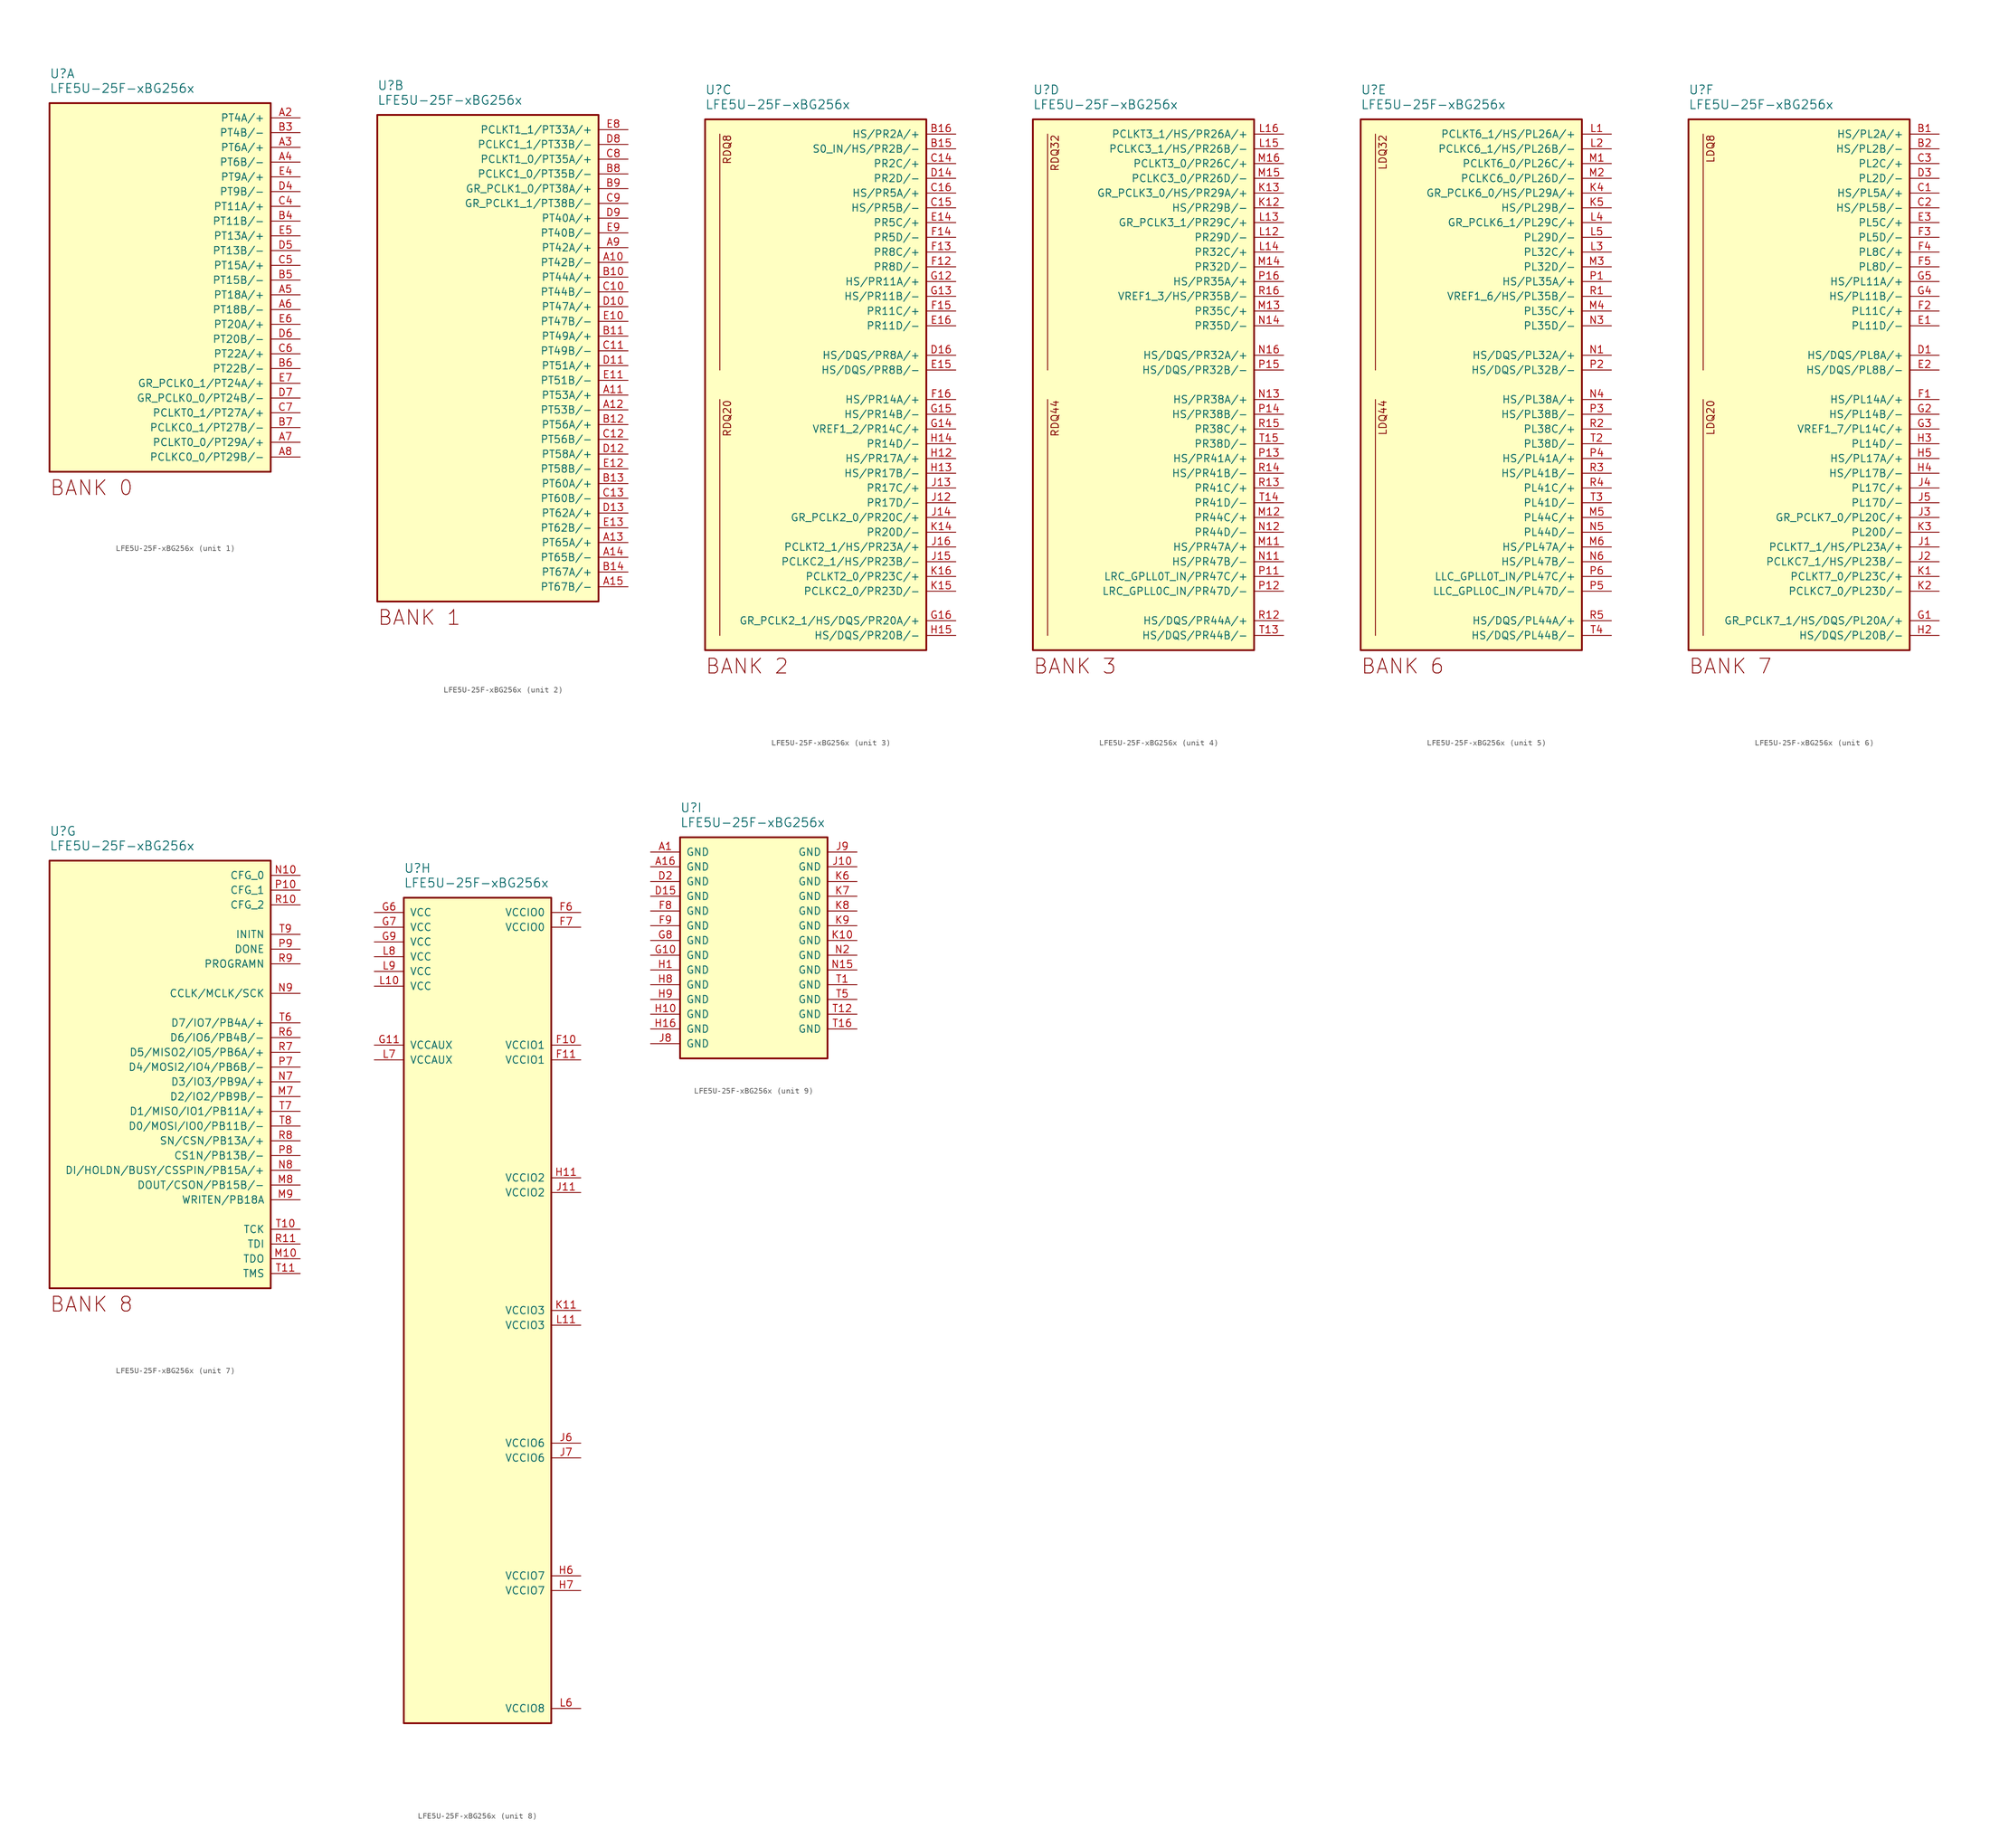
<source format=kicad_sym>
(kicad_symbol_lib
  (version 20231120)
  (generator "kicad_symbol_editor")
  (generator_version "8.0")
  (symbol "LFE5U-25F-xBG256x"
    (pin_names
      (offset 1.016))
    (property "Reference" "U"
      (at 0 5.08 0)
      (effects (font (size 1.524 1.524)) (justify left)))
    (property "Value" "LFE5U-25F-xBG256x"
      (at 0 2.54 0)
      (effects (font (size 1.524 1.524)) (justify left)))
    (property "ki_locked" ""
      (at 0 0 0)
      (effects (font (size 1.27 1.27))))
    (symbol "LFE5U-25F-xBG256x_1_1"
      (rectangle (start 38.1 0) (end 0 -63.5) (stroke (width 0.305) (type solid)) (fill (type background)))
      (text "BANK 0" (at 0 -64.77 0) (effects (font (size 2.54 2.54)) (justify left top)))
      (pin bidirectional line (at 43.18 -2.54 180) (length 5.08) (name "PT4A/+" (effects (font (size 1.27 1.27)))) (number "A2" (effects (font (size 1.27 1.27)))))
      (pin bidirectional line (at 43.18 -7.62 180) (length 5.08) (name "PT6A/+" (effects (font (size 1.27 1.27)))) (number "A3" (effects (font (size 1.27 1.27)))))
      (pin bidirectional line (at 43.18 -10.16 180) (length 5.08) (name "PT6B/-" (effects (font (size 1.27 1.27)))) (number "A4" (effects (font (size 1.27 1.27)))))
      (pin bidirectional line (at 43.18 -33.02 180) (length 5.08) (name "PT18A/+" (effects (font (size 1.27 1.27)))) (number "A5" (effects (font (size 1.27 1.27)))))
      (pin bidirectional line (at 43.18 -35.56 180) (length 5.08) (name "PT18B/-" (effects (font (size 1.27 1.27)))) (number "A6" (effects (font (size 1.27 1.27)))))
      (pin bidirectional line (at 43.18 -58.42 180) (length 5.08) (name "PCLKT0_0/PT29A/+" (effects (font (size 1.27 1.27)))) (number "A7" (effects (font (size 1.27 1.27)))))
      (pin bidirectional line (at 43.18 -60.96 180) (length 5.08) (name "PCLKC0_0/PT29B/-" (effects (font (size 1.27 1.27)))) (number "A8" (effects (font (size 1.27 1.27)))))
      (pin bidirectional line (at 43.18 -5.08 180) (length 5.08) (name "PT4B/-" (effects (font (size 1.27 1.27)))) (number "B3" (effects (font (size 1.27 1.27)))))
      (pin bidirectional line (at 43.18 -20.32 180) (length 5.08) (name "PT11B/-" (effects (font (size 1.27 1.27)))) (number "B4" (effects (font (size 1.27 1.27)))))
      (pin bidirectional line (at 43.18 -30.48 180) (length 5.08) (name "PT15B/-" (effects (font (size 1.27 1.27)))) (number "B5" (effects (font (size 1.27 1.27)))))
      (pin bidirectional line (at 43.18 -45.72 180) (length 5.08) (name "PT22B/-" (effects (font (size 1.27 1.27)))) (number "B6" (effects (font (size 1.27 1.27)))))
      (pin bidirectional line (at 43.18 -55.88 180) (length 5.08) (name "PCLKC0_1/PT27B/-" (effects (font (size 1.27 1.27)))) (number "B7" (effects (font (size 1.27 1.27)))))
      (pin bidirectional line (at 43.18 -17.78 180) (length 5.08) (name "PT11A/+" (effects (font (size 1.27 1.27)))) (number "C4" (effects (font (size 1.27 1.27)))))
      (pin bidirectional line (at 43.18 -27.94 180) (length 5.08) (name "PT15A/+" (effects (font (size 1.27 1.27)))) (number "C5" (effects (font (size 1.27 1.27)))))
      (pin bidirectional line (at 43.18 -43.18 180) (length 5.08) (name "PT22A/+" (effects (font (size 1.27 1.27)))) (number "C6" (effects (font (size 1.27 1.27)))))
      (pin bidirectional line (at 43.18 -53.34 180) (length 5.08) (name "PCLKT0_1/PT27A/+" (effects (font (size 1.27 1.27)))) (number "C7" (effects (font (size 1.27 1.27)))))
      (pin bidirectional line (at 43.18 -15.24 180) (length 5.08) (name "PT9B/-" (effects (font (size 1.27 1.27)))) (number "D4" (effects (font (size 1.27 1.27)))))
      (pin bidirectional line (at 43.18 -25.4 180) (length 5.08) (name "PT13B/-" (effects (font (size 1.27 1.27)))) (number "D5" (effects (font (size 1.27 1.27)))))
      (pin bidirectional line (at 43.18 -40.64 180) (length 5.08) (name "PT20B/-" (effects (font (size 1.27 1.27)))) (number "D6" (effects (font (size 1.27 1.27)))))
      (pin bidirectional line (at 43.18 -50.8 180) (length 5.08) (name "GR_PCLK0_0/PT24B/-" (effects (font (size 1.27 1.27)))) (number "D7" (effects (font (size 1.27 1.27)))))
      (pin bidirectional line (at 43.18 -12.7 180) (length 5.08) (name "PT9A/+" (effects (font (size 1.27 1.27)))) (number "E4" (effects (font (size 1.27 1.27)))))
      (pin bidirectional line (at 43.18 -22.86 180) (length 5.08) (name "PT13A/+" (effects (font (size 1.27 1.27)))) (number "E5" (effects (font (size 1.27 1.27)))))
      (pin bidirectional line (at 43.18 -38.1 180) (length 5.08) (name "PT20A/+" (effects (font (size 1.27 1.27)))) (number "E6" (effects (font (size 1.27 1.27)))))
      (pin bidirectional line (at 43.18 -48.26 180) (length 5.08) (name "GR_PCLK0_1/PT24A/+" (effects (font (size 1.27 1.27)))) (number "E7" (effects (font (size 1.27 1.27))))))
    (symbol "LFE5U-25F-xBG256x_2_1"
      (rectangle (start 38.1 0) (end 0 -83.82) (stroke (width 0.305) (type solid)) (fill (type background)))
      (text "BANK 1" (at 0 -85.09 0) (effects (font (size 2.54 2.54)) (justify left top)))
      (pin bidirectional line (at 43.18 -25.4 180) (length 5.08) (name "PT42B/-" (effects (font (size 1.27 1.27)))) (number "A10" (effects (font (size 1.27 1.27)))))
      (pin bidirectional line (at 43.18 -48.26 180) (length 5.08) (name "PT53A/+" (effects (font (size 1.27 1.27)))) (number "A11" (effects (font (size 1.27 1.27)))))
      (pin bidirectional line (at 43.18 -50.8 180) (length 5.08) (name "PT53B/-" (effects (font (size 1.27 1.27)))) (number "A12" (effects (font (size 1.27 1.27)))))
      (pin bidirectional line (at 43.18 -73.66 180) (length 5.08) (name "PT65A/+" (effects (font (size 1.27 1.27)))) (number "A13" (effects (font (size 1.27 1.27)))))
      (pin bidirectional line (at 43.18 -76.2 180) (length 5.08) (name "PT65B/-" (effects (font (size 1.27 1.27)))) (number "A14" (effects (font (size 1.27 1.27)))))
      (pin bidirectional line (at 43.18 -81.28 180) (length 5.08) (name "PT67B/-" (effects (font (size 1.27 1.27)))) (number "A15" (effects (font (size 1.27 1.27)))))
      (pin bidirectional line (at 43.18 -22.86 180) (length 5.08) (name "PT42A/+" (effects (font (size 1.27 1.27)))) (number "A9" (effects (font (size 1.27 1.27)))))
      (pin bidirectional line (at 43.18 -27.94 180) (length 5.08) (name "PT44A/+" (effects (font (size 1.27 1.27)))) (number "B10" (effects (font (size 1.27 1.27)))))
      (pin bidirectional line (at 43.18 -38.1 180) (length 5.08) (name "PT49A/+" (effects (font (size 1.27 1.27)))) (number "B11" (effects (font (size 1.27 1.27)))))
      (pin bidirectional line (at 43.18 -53.34 180) (length 5.08) (name "PT56A/+" (effects (font (size 1.27 1.27)))) (number "B12" (effects (font (size 1.27 1.27)))))
      (pin bidirectional line (at 43.18 -63.5 180) (length 5.08) (name "PT60A/+" (effects (font (size 1.27 1.27)))) (number "B13" (effects (font (size 1.27 1.27)))))
      (pin bidirectional line (at 43.18 -78.74 180) (length 5.08) (name "PT67A/+" (effects (font (size 1.27 1.27)))) (number "B14" (effects (font (size 1.27 1.27)))))
      (pin bidirectional line (at 43.18 -10.16 180) (length 5.08) (name "PCLKC1_0/PT35B/-" (effects (font (size 1.27 1.27)))) (number "B8" (effects (font (size 1.27 1.27)))))
      (pin bidirectional line (at 43.18 -12.7 180) (length 5.08) (name "GR_PCLK1_0/PT38A/+" (effects (font (size 1.27 1.27)))) (number "B9" (effects (font (size 1.27 1.27)))))
      (pin bidirectional line (at 43.18 -30.48 180) (length 5.08) (name "PT44B/-" (effects (font (size 1.27 1.27)))) (number "C10" (effects (font (size 1.27 1.27)))))
      (pin bidirectional line (at 43.18 -40.64 180) (length 5.08) (name "PT49B/-" (effects (font (size 1.27 1.27)))) (number "C11" (effects (font (size 1.27 1.27)))))
      (pin bidirectional line (at 43.18 -55.88 180) (length 5.08) (name "PT56B/-" (effects (font (size 1.27 1.27)))) (number "C12" (effects (font (size 1.27 1.27)))))
      (pin bidirectional line (at 43.18 -66.04 180) (length 5.08) (name "PT60B/-" (effects (font (size 1.27 1.27)))) (number "C13" (effects (font (size 1.27 1.27)))))
      (pin bidirectional line (at 43.18 -7.62 180) (length 5.08) (name "PCLKT1_0/PT35A/+" (effects (font (size 1.27 1.27)))) (number "C8" (effects (font (size 1.27 1.27)))))
      (pin bidirectional line (at 43.18 -15.24 180) (length 5.08) (name "GR_PCLK1_1/PT38B/-" (effects (font (size 1.27 1.27)))) (number "C9" (effects (font (size 1.27 1.27)))))
      (pin bidirectional line (at 43.18 -33.02 180) (length 5.08) (name "PT47A/+" (effects (font (size 1.27 1.27)))) (number "D10" (effects (font (size 1.27 1.27)))))
      (pin bidirectional line (at 43.18 -43.18 180) (length 5.08) (name "PT51A/+" (effects (font (size 1.27 1.27)))) (number "D11" (effects (font (size 1.27 1.27)))))
      (pin bidirectional line (at 43.18 -58.42 180) (length 5.08) (name "PT58A/+" (effects (font (size 1.27 1.27)))) (number "D12" (effects (font (size 1.27 1.27)))))
      (pin bidirectional line (at 43.18 -68.58 180) (length 5.08) (name "PT62A/+" (effects (font (size 1.27 1.27)))) (number "D13" (effects (font (size 1.27 1.27)))))
      (pin bidirectional line (at 43.18 -5.08 180) (length 5.08) (name "PCLKC1_1/PT33B/-" (effects (font (size 1.27 1.27)))) (number "D8" (effects (font (size 1.27 1.27)))))
      (pin bidirectional line (at 43.18 -17.78 180) (length 5.08) (name "PT40A/+" (effects (font (size 1.27 1.27)))) (number "D9" (effects (font (size 1.27 1.27)))))
      (pin bidirectional line (at 43.18 -35.56 180) (length 5.08) (name "PT47B/-" (effects (font (size 1.27 1.27)))) (number "E10" (effects (font (size 1.27 1.27)))))
      (pin bidirectional line (at 43.18 -45.72 180) (length 5.08) (name "PT51B/-" (effects (font (size 1.27 1.27)))) (number "E11" (effects (font (size 1.27 1.27)))))
      (pin bidirectional line (at 43.18 -60.96 180) (length 5.08) (name "PT58B/-" (effects (font (size 1.27 1.27)))) (number "E12" (effects (font (size 1.27 1.27)))))
      (pin bidirectional line (at 43.18 -71.12 180) (length 5.08) (name "PT62B/-" (effects (font (size 1.27 1.27)))) (number "E13" (effects (font (size 1.27 1.27)))))
      (pin bidirectional line (at 43.18 -2.54 180) (length 5.08) (name "PCLKT1_1/PT33A/+" (effects (font (size 1.27 1.27)))) (number "E8" (effects (font (size 1.27 1.27)))))
      (pin bidirectional line (at 43.18 -20.32 180) (length 5.08) (name "PT40B/-" (effects (font (size 1.27 1.27)))) (number "E9" (effects (font (size 1.27 1.27))))))
    (symbol "LFE5U-25F-xBG256x_3_1"
      (polyline (pts (xy 2.54 -88.9) (xy 2.54 -48.26)) (stroke (width 0) (type solid)) (fill (type none)))
      (polyline (pts (xy 2.54 -2.54) (xy 2.54 -43.18)) (stroke (width 0) (type solid)) (fill (type none)))
      (rectangle (start 38.1 0) (end 0 -91.44) (stroke (width 0.305) (type solid)) (fill (type background)))
      (text "BANK 2" (at 0 -92.71 0) (effects (font (size 2.54 2.54)) (justify left top)))
      (text "RDQ20" (at 3.81 -48.26 900) (effects (font (size 1.27 1.27)) (justify right)))
      (text "RDQ8" (at 3.81 -2.54 900) (effects (font (size 1.27 1.27)) (justify right)))
      (pin bidirectional line (at 43.18 -5.08 180) (length 5.08) (name "S0_IN/HS/PR2B/-" (effects (font (size 1.27 1.27)))) (number "B15" (effects (font (size 1.27 1.27)))))
      (pin bidirectional line (at 43.18 -2.54 180) (length 5.08) (name "HS/PR2A/+" (effects (font (size 1.27 1.27)))) (number "B16" (effects (font (size 1.27 1.27)))))
      (pin bidirectional line (at 43.18 -7.62 180) (length 5.08) (name "PR2C/+" (effects (font (size 1.27 1.27)))) (number "C14" (effects (font (size 1.27 1.27)))))
      (pin bidirectional line (at 43.18 -15.24 180) (length 5.08) (name "HS/PR5B/-" (effects (font (size 1.27 1.27)))) (number "C15" (effects (font (size 1.27 1.27)))))
      (pin bidirectional line (at 43.18 -12.7 180) (length 5.08) (name "HS/PR5A/+" (effects (font (size 1.27 1.27)))) (number "C16" (effects (font (size 1.27 1.27)))))
      (pin bidirectional line (at 43.18 -10.16 180) (length 5.08) (name "PR2D/-" (effects (font (size 1.27 1.27)))) (number "D14" (effects (font (size 1.27 1.27)))))
      (pin bidirectional line (at 43.18 -40.64 180) (length 5.08) (name "HS/DQS/PR8A/+" (effects (font (size 1.27 1.27)))) (number "D16" (effects (font (size 1.27 1.27)))))
      (pin bidirectional line (at 43.18 -17.78 180) (length 5.08) (name "PR5C/+" (effects (font (size 1.27 1.27)))) (number "E14" (effects (font (size 1.27 1.27)))))
      (pin bidirectional line (at 43.18 -43.18 180) (length 5.08) (name "HS/DQS/PR8B/-" (effects (font (size 1.27 1.27)))) (number "E15" (effects (font (size 1.27 1.27)))))
      (pin bidirectional line (at 43.18 -35.56 180) (length 5.08) (name "PR11D/-" (effects (font (size 1.27 1.27)))) (number "E16" (effects (font (size 1.27 1.27)))))
      (pin bidirectional line (at 43.18 -25.4 180) (length 5.08) (name "PR8D/-" (effects (font (size 1.27 1.27)))) (number "F12" (effects (font (size 1.27 1.27)))))
      (pin bidirectional line (at 43.18 -22.86 180) (length 5.08) (name "PR8C/+" (effects (font (size 1.27 1.27)))) (number "F13" (effects (font (size 1.27 1.27)))))
      (pin bidirectional line (at 43.18 -20.32 180) (length 5.08) (name "PR5D/-" (effects (font (size 1.27 1.27)))) (number "F14" (effects (font (size 1.27 1.27)))))
      (pin bidirectional line (at 43.18 -33.02 180) (length 5.08) (name "PR11C/+" (effects (font (size 1.27 1.27)))) (number "F15" (effects (font (size 1.27 1.27)))))
      (pin bidirectional line (at 43.18 -48.26 180) (length 5.08) (name "HS/PR14A/+" (effects (font (size 1.27 1.27)))) (number "F16" (effects (font (size 1.27 1.27)))))
      (pin bidirectional line (at 43.18 -27.94 180) (length 5.08) (name "HS/PR11A/+" (effects (font (size 1.27 1.27)))) (number "G12" (effects (font (size 1.27 1.27)))))
      (pin bidirectional line (at 43.18 -30.48 180) (length 5.08) (name "HS/PR11B/-" (effects (font (size 1.27 1.27)))) (number "G13" (effects (font (size 1.27 1.27)))))
      (pin bidirectional line (at 43.18 -53.34 180) (length 5.08) (name "VREF1_2/PR14C/+" (effects (font (size 1.27 1.27)))) (number "G14" (effects (font (size 1.27 1.27)))))
      (pin bidirectional line (at 43.18 -50.8 180) (length 5.08) (name "HS/PR14B/-" (effects (font (size 1.27 1.27)))) (number "G15" (effects (font (size 1.27 1.27)))))
      (pin bidirectional line (at 43.18 -86.36 180) (length 5.08) (name "GR_PCLK2_1/HS/DQS/PR20A/+" (effects (font (size 1.27 1.27)))) (number "G16" (effects (font (size 1.27 1.27)))))
      (pin bidirectional line (at 43.18 -58.42 180) (length 5.08) (name "HS/PR17A/+" (effects (font (size 1.27 1.27)))) (number "H12" (effects (font (size 1.27 1.27)))))
      (pin bidirectional line (at 43.18 -60.96 180) (length 5.08) (name "HS/PR17B/-" (effects (font (size 1.27 1.27)))) (number "H13" (effects (font (size 1.27 1.27)))))
      (pin bidirectional line (at 43.18 -55.88 180) (length 5.08) (name "PR14D/-" (effects (font (size 1.27 1.27)))) (number "H14" (effects (font (size 1.27 1.27)))))
      (pin bidirectional line (at 43.18 -88.9 180) (length 5.08) (name "HS/DQS/PR20B/-" (effects (font (size 1.27 1.27)))) (number "H15" (effects (font (size 1.27 1.27)))))
      (pin bidirectional line (at 43.18 -66.04 180) (length 5.08) (name "PR17D/-" (effects (font (size 1.27 1.27)))) (number "J12" (effects (font (size 1.27 1.27)))))
      (pin bidirectional line (at 43.18 -63.5 180) (length 5.08) (name "PR17C/+" (effects (font (size 1.27 1.27)))) (number "J13" (effects (font (size 1.27 1.27)))))
      (pin bidirectional line (at 43.18 -68.58 180) (length 5.08) (name "GR_PCLK2_0/PR20C/+" (effects (font (size 1.27 1.27)))) (number "J14" (effects (font (size 1.27 1.27)))))
      (pin bidirectional line (at 43.18 -76.2 180) (length 5.08) (name "PCLKC2_1/HS/PR23B/-" (effects (font (size 1.27 1.27)))) (number "J15" (effects (font (size 1.27 1.27)))))
      (pin bidirectional line (at 43.18 -73.66 180) (length 5.08) (name "PCLKT2_1/HS/PR23A/+" (effects (font (size 1.27 1.27)))) (number "J16" (effects (font (size 1.27 1.27)))))
      (pin bidirectional line (at 43.18 -71.12 180) (length 5.08) (name "PR20D/-" (effects (font (size 1.27 1.27)))) (number "K14" (effects (font (size 1.27 1.27)))))
      (pin bidirectional line (at 43.18 -81.28 180) (length 5.08) (name "PCLKC2_0/PR23D/-" (effects (font (size 1.27 1.27)))) (number "K15" (effects (font (size 1.27 1.27)))))
      (pin bidirectional line (at 43.18 -78.74 180) (length 5.08) (name "PCLKT2_0/PR23C/+" (effects (font (size 1.27 1.27)))) (number "K16" (effects (font (size 1.27 1.27))))))
    (symbol "LFE5U-25F-xBG256x_4_1"
      (polyline (pts (xy 2.54 -48.26) (xy 2.54 -88.9)) (stroke (width 0) (type solid)) (fill (type none)))
      (polyline (pts (xy 2.54 -2.54) (xy 2.54 -43.18)) (stroke (width 0) (type solid)) (fill (type none)))
      (rectangle (start 38.1 0) (end 0 -91.44) (stroke (width 0.305) (type solid)) (fill (type background)))
      (text "BANK 3" (at 0 -92.71 0) (effects (font (size 2.54 2.54)) (justify left top)))
      (text "RDQ32" (at 3.81 -2.54 900) (effects (font (size 1.27 1.27)) (justify right)))
      (text "RDQ44" (at 3.81 -48.26 900) (effects (font (size 1.27 1.27)) (justify right)))
      (pin bidirectional line (at 43.18 -15.24 180) (length 5.08) (name "HS/PR29B/-" (effects (font (size 1.27 1.27)))) (number "K12" (effects (font (size 1.27 1.27)))))
      (pin bidirectional line (at 43.18 -12.7 180) (length 5.08) (name "GR_PCLK3_0/HS/PR29A/+" (effects (font (size 1.27 1.27)))) (number "K13" (effects (font (size 1.27 1.27)))))
      (pin bidirectional line (at 43.18 -20.32 180) (length 5.08) (name "PR29D/-" (effects (font (size 1.27 1.27)))) (number "L12" (effects (font (size 1.27 1.27)))))
      (pin bidirectional line (at 43.18 -17.78 180) (length 5.08) (name "GR_PCLK3_1/PR29C/+" (effects (font (size 1.27 1.27)))) (number "L13" (effects (font (size 1.27 1.27)))))
      (pin bidirectional line (at 43.18 -22.86 180) (length 5.08) (name "PR32C/+" (effects (font (size 1.27 1.27)))) (number "L14" (effects (font (size 1.27 1.27)))))
      (pin bidirectional line (at 43.18 -5.08 180) (length 5.08) (name "PCLKC3_1/HS/PR26B/-" (effects (font (size 1.27 1.27)))) (number "L15" (effects (font (size 1.27 1.27)))))
      (pin bidirectional line (at 43.18 -2.54 180) (length 5.08) (name "PCLKT3_1/HS/PR26A/+" (effects (font (size 1.27 1.27)))) (number "L16" (effects (font (size 1.27 1.27)))))
      (pin bidirectional line (at 43.18 -73.66 180) (length 5.08) (name "HS/PR47A/+" (effects (font (size 1.27 1.27)))) (number "M11" (effects (font (size 1.27 1.27)))))
      (pin bidirectional line (at 43.18 -68.58 180) (length 5.08) (name "PR44C/+" (effects (font (size 1.27 1.27)))) (number "M12" (effects (font (size 1.27 1.27)))))
      (pin bidirectional line (at 43.18 -33.02 180) (length 5.08) (name "PR35C/+" (effects (font (size 1.27 1.27)))) (number "M13" (effects (font (size 1.27 1.27)))))
      (pin bidirectional line (at 43.18 -25.4 180) (length 5.08) (name "PR32D/-" (effects (font (size 1.27 1.27)))) (number "M14" (effects (font (size 1.27 1.27)))))
      (pin bidirectional line (at 43.18 -10.16 180) (length 5.08) (name "PCLKC3_0/PR26D/-" (effects (font (size 1.27 1.27)))) (number "M15" (effects (font (size 1.27 1.27)))))
      (pin bidirectional line (at 43.18 -7.62 180) (length 5.08) (name "PCLKT3_0/PR26C/+" (effects (font (size 1.27 1.27)))) (number "M16" (effects (font (size 1.27 1.27)))))
      (pin bidirectional line (at 43.18 -76.2 180) (length 5.08) (name "HS/PR47B/-" (effects (font (size 1.27 1.27)))) (number "N11" (effects (font (size 1.27 1.27)))))
      (pin bidirectional line (at 43.18 -71.12 180) (length 5.08) (name "PR44D/-" (effects (font (size 1.27 1.27)))) (number "N12" (effects (font (size 1.27 1.27)))))
      (pin bidirectional line (at 43.18 -48.26 180) (length 5.08) (name "HS/PR38A/+" (effects (font (size 1.27 1.27)))) (number "N13" (effects (font (size 1.27 1.27)))))
      (pin bidirectional line (at 43.18 -35.56 180) (length 5.08) (name "PR35D/-" (effects (font (size 1.27 1.27)))) (number "N14" (effects (font (size 1.27 1.27)))))
      (pin bidirectional line (at 43.18 -40.64 180) (length 5.08) (name "HS/DQS/PR32A/+" (effects (font (size 1.27 1.27)))) (number "N16" (effects (font (size 1.27 1.27)))))
      (pin bidirectional line (at 43.18 -78.74 180) (length 5.08) (name "LRC_GPLL0T_IN/PR47C/+" (effects (font (size 1.27 1.27)))) (number "P11" (effects (font (size 1.27 1.27)))))
      (pin bidirectional line (at 43.18 -81.28 180) (length 5.08) (name "LRC_GPLL0C_IN/PR47D/-" (effects (font (size 1.27 1.27)))) (number "P12" (effects (font (size 1.27 1.27)))))
      (pin bidirectional line (at 43.18 -58.42 180) (length 5.08) (name "HS/PR41A/+" (effects (font (size 1.27 1.27)))) (number "P13" (effects (font (size 1.27 1.27)))))
      (pin bidirectional line (at 43.18 -50.8 180) (length 5.08) (name "HS/PR38B/-" (effects (font (size 1.27 1.27)))) (number "P14" (effects (font (size 1.27 1.27)))))
      (pin bidirectional line (at 43.18 -43.18 180) (length 5.08) (name "HS/DQS/PR32B/-" (effects (font (size 1.27 1.27)))) (number "P15" (effects (font (size 1.27 1.27)))))
      (pin bidirectional line (at 43.18 -27.94 180) (length 5.08) (name "HS/PR35A/+" (effects (font (size 1.27 1.27)))) (number "P16" (effects (font (size 1.27 1.27)))))
      (pin bidirectional line (at 43.18 -86.36 180) (length 5.08) (name "HS/DQS/PR44A/+" (effects (font (size 1.27 1.27)))) (number "R12" (effects (font (size 1.27 1.27)))))
      (pin bidirectional line (at 43.18 -63.5 180) (length 5.08) (name "PR41C/+" (effects (font (size 1.27 1.27)))) (number "R13" (effects (font (size 1.27 1.27)))))
      (pin bidirectional line (at 43.18 -60.96 180) (length 5.08) (name "HS/PR41B/-" (effects (font (size 1.27 1.27)))) (number "R14" (effects (font (size 1.27 1.27)))))
      (pin bidirectional line (at 43.18 -53.34 180) (length 5.08) (name "PR38C/+" (effects (font (size 1.27 1.27)))) (number "R15" (effects (font (size 1.27 1.27)))))
      (pin bidirectional line (at 43.18 -30.48 180) (length 5.08) (name "VREF1_3/HS/PR35B/-" (effects (font (size 1.27 1.27)))) (number "R16" (effects (font (size 1.27 1.27)))))
      (pin bidirectional line (at 43.18 -88.9 180) (length 5.08) (name "HS/DQS/PR44B/-" (effects (font (size 1.27 1.27)))) (number "T13" (effects (font (size 1.27 1.27)))))
      (pin bidirectional line (at 43.18 -66.04 180) (length 5.08) (name "PR41D/-" (effects (font (size 1.27 1.27)))) (number "T14" (effects (font (size 1.27 1.27)))))
      (pin bidirectional line (at 43.18 -55.88 180) (length 5.08) (name "PR38D/-" (effects (font (size 1.27 1.27)))) (number "T15" (effects (font (size 1.27 1.27))))))
    (symbol "LFE5U-25F-xBG256x_5_1"
      (polyline (pts (xy 2.54 -48.26) (xy 2.54 -88.9)) (stroke (width 0) (type solid)) (fill (type none)))
      (polyline (pts (xy 2.54 -2.54) (xy 2.54 -43.18)) (stroke (width 0) (type solid)) (fill (type none)))
      (rectangle (start 38.1 0) (end 0 -91.44) (stroke (width 0.305) (type solid)) (fill (type background)))
      (text "BANK 6" (at 0 -92.71 0) (effects (font (size 2.54 2.54)) (justify left top)))
      (text "LDQ32" (at 3.81 -2.54 900) (effects (font (size 1.27 1.27)) (justify right)))
      (text "LDQ44" (at 3.81 -48.26 900) (effects (font (size 1.27 1.27)) (justify right)))
      (pin bidirectional line (at 43.18 -12.7 180) (length 5.08) (name "GR_PCLK6_0/HS/PL29A/+" (effects (font (size 1.27 1.27)))) (number "K4" (effects (font (size 1.27 1.27)))))
      (pin bidirectional line (at 43.18 -15.24 180) (length 5.08) (name "HS/PL29B/-" (effects (font (size 1.27 1.27)))) (number "K5" (effects (font (size 1.27 1.27)))))
      (pin bidirectional line (at 43.18 -2.54 180) (length 5.08) (name "PCLKT6_1/HS/PL26A/+" (effects (font (size 1.27 1.27)))) (number "L1" (effects (font (size 1.27 1.27)))))
      (pin bidirectional line (at 43.18 -5.08 180) (length 5.08) (name "PCLKC6_1/HS/PL26B/-" (effects (font (size 1.27 1.27)))) (number "L2" (effects (font (size 1.27 1.27)))))
      (pin bidirectional line (at 43.18 -22.86 180) (length 5.08) (name "PL32C/+" (effects (font (size 1.27 1.27)))) (number "L3" (effects (font (size 1.27 1.27)))))
      (pin bidirectional line (at 43.18 -17.78 180) (length 5.08) (name "GR_PCLK6_1/PL29C/+" (effects (font (size 1.27 1.27)))) (number "L4" (effects (font (size 1.27 1.27)))))
      (pin bidirectional line (at 43.18 -20.32 180) (length 5.08) (name "PL29D/-" (effects (font (size 1.27 1.27)))) (number "L5" (effects (font (size 1.27 1.27)))))
      (pin bidirectional line (at 43.18 -7.62 180) (length 5.08) (name "PCLKT6_0/PL26C/+" (effects (font (size 1.27 1.27)))) (number "M1" (effects (font (size 1.27 1.27)))))
      (pin bidirectional line (at 43.18 -10.16 180) (length 5.08) (name "PCLKC6_0/PL26D/-" (effects (font (size 1.27 1.27)))) (number "M2" (effects (font (size 1.27 1.27)))))
      (pin bidirectional line (at 43.18 -25.4 180) (length 5.08) (name "PL32D/-" (effects (font (size 1.27 1.27)))) (number "M3" (effects (font (size 1.27 1.27)))))
      (pin bidirectional line (at 43.18 -33.02 180) (length 5.08) (name "PL35C/+" (effects (font (size 1.27 1.27)))) (number "M4" (effects (font (size 1.27 1.27)))))
      (pin bidirectional line (at 43.18 -68.58 180) (length 5.08) (name "PL44C/+" (effects (font (size 1.27 1.27)))) (number "M5" (effects (font (size 1.27 1.27)))))
      (pin bidirectional line (at 43.18 -73.66 180) (length 5.08) (name "HS/PL47A/+" (effects (font (size 1.27 1.27)))) (number "M6" (effects (font (size 1.27 1.27)))))
      (pin bidirectional line (at 43.18 -40.64 180) (length 5.08) (name "HS/DQS/PL32A/+" (effects (font (size 1.27 1.27)))) (number "N1" (effects (font (size 1.27 1.27)))))
      (pin bidirectional line (at 43.18 -35.56 180) (length 5.08) (name "PL35D/-" (effects (font (size 1.27 1.27)))) (number "N3" (effects (font (size 1.27 1.27)))))
      (pin bidirectional line (at 43.18 -48.26 180) (length 5.08) (name "HS/PL38A/+" (effects (font (size 1.27 1.27)))) (number "N4" (effects (font (size 1.27 1.27)))))
      (pin bidirectional line (at 43.18 -71.12 180) (length 5.08) (name "PL44D/-" (effects (font (size 1.27 1.27)))) (number "N5" (effects (font (size 1.27 1.27)))))
      (pin bidirectional line (at 43.18 -76.2 180) (length 5.08) (name "HS/PL47B/-" (effects (font (size 1.27 1.27)))) (number "N6" (effects (font (size 1.27 1.27)))))
      (pin bidirectional line (at 43.18 -27.94 180) (length 5.08) (name "HS/PL35A/+" (effects (font (size 1.27 1.27)))) (number "P1" (effects (font (size 1.27 1.27)))))
      (pin bidirectional line (at 43.18 -43.18 180) (length 5.08) (name "HS/DQS/PL32B/-" (effects (font (size 1.27 1.27)))) (number "P2" (effects (font (size 1.27 1.27)))))
      (pin bidirectional line (at 43.18 -50.8 180) (length 5.08) (name "HS/PL38B/-" (effects (font (size 1.27 1.27)))) (number "P3" (effects (font (size 1.27 1.27)))))
      (pin bidirectional line (at 43.18 -58.42 180) (length 5.08) (name "HS/PL41A/+" (effects (font (size 1.27 1.27)))) (number "P4" (effects (font (size 1.27 1.27)))))
      (pin bidirectional line (at 43.18 -81.28 180) (length 5.08) (name "LLC_GPLL0C_IN/PL47D/-" (effects (font (size 1.27 1.27)))) (number "P5" (effects (font (size 1.27 1.27)))))
      (pin bidirectional line (at 43.18 -78.74 180) (length 5.08) (name "LLC_GPLL0T_IN/PL47C/+" (effects (font (size 1.27 1.27)))) (number "P6" (effects (font (size 1.27 1.27)))))
      (pin bidirectional line (at 43.18 -30.48 180) (length 5.08) (name "VREF1_6/HS/PL35B/-" (effects (font (size 1.27 1.27)))) (number "R1" (effects (font (size 1.27 1.27)))))
      (pin bidirectional line (at 43.18 -53.34 180) (length 5.08) (name "PL38C/+" (effects (font (size 1.27 1.27)))) (number "R2" (effects (font (size 1.27 1.27)))))
      (pin bidirectional line (at 43.18 -60.96 180) (length 5.08) (name "HS/PL41B/-" (effects (font (size 1.27 1.27)))) (number "R3" (effects (font (size 1.27 1.27)))))
      (pin bidirectional line (at 43.18 -63.5 180) (length 5.08) (name "PL41C/+" (effects (font (size 1.27 1.27)))) (number "R4" (effects (font (size 1.27 1.27)))))
      (pin bidirectional line (at 43.18 -86.36 180) (length 5.08) (name "HS/DQS/PL44A/+" (effects (font (size 1.27 1.27)))) (number "R5" (effects (font (size 1.27 1.27)))))
      (pin bidirectional line (at 43.18 -55.88 180) (length 5.08) (name "PL38D/-" (effects (font (size 1.27 1.27)))) (number "T2" (effects (font (size 1.27 1.27)))))
      (pin bidirectional line (at 43.18 -66.04 180) (length 5.08) (name "PL41D/-" (effects (font (size 1.27 1.27)))) (number "T3" (effects (font (size 1.27 1.27)))))
      (pin bidirectional line (at 43.18 -88.9 180) (length 5.08) (name "HS/DQS/PL44B/-" (effects (font (size 1.27 1.27)))) (number "T4" (effects (font (size 1.27 1.27))))))
    (symbol "LFE5U-25F-xBG256x_6_1"
      (polyline (pts (xy 2.54 -48.26) (xy 2.54 -88.9)) (stroke (width 0) (type solid)) (fill (type none)))
      (polyline (pts (xy 2.54 -2.54) (xy 2.54 -43.18)) (stroke (width 0) (type solid)) (fill (type none)))
      (rectangle (start 38.1 0) (end 0 -91.44) (stroke (width 0.305) (type solid)) (fill (type background)))
      (text "BANK 7" (at 0 -92.71 0) (effects (font (size 2.54 2.54)) (justify left top)))
      (text "LDQ20" (at 3.81 -48.26 900) (effects (font (size 1.27 1.27)) (justify right)))
      (text "LDQ8" (at 3.81 -2.54 900) (effects (font (size 1.27 1.27)) (justify right)))
      (pin bidirectional line (at 43.18 -2.54 180) (length 5.08) (name "HS/PL2A/+" (effects (font (size 1.27 1.27)))) (number "B1" (effects (font (size 1.27 1.27)))))
      (pin bidirectional line (at 43.18 -5.08 180) (length 5.08) (name "HS/PL2B/-" (effects (font (size 1.27 1.27)))) (number "B2" (effects (font (size 1.27 1.27)))))
      (pin bidirectional line (at 43.18 -12.7 180) (length 5.08) (name "HS/PL5A/+" (effects (font (size 1.27 1.27)))) (number "C1" (effects (font (size 1.27 1.27)))))
      (pin bidirectional line (at 43.18 -15.24 180) (length 5.08) (name "HS/PL5B/-" (effects (font (size 1.27 1.27)))) (number "C2" (effects (font (size 1.27 1.27)))))
      (pin bidirectional line (at 43.18 -7.62 180) (length 5.08) (name "PL2C/+" (effects (font (size 1.27 1.27)))) (number "C3" (effects (font (size 1.27 1.27)))))
      (pin bidirectional line (at 43.18 -40.64 180) (length 5.08) (name "HS/DQS/PL8A/+" (effects (font (size 1.27 1.27)))) (number "D1" (effects (font (size 1.27 1.27)))))
      (pin bidirectional line (at 43.18 -10.16 180) (length 5.08) (name "PL2D/-" (effects (font (size 1.27 1.27)))) (number "D3" (effects (font (size 1.27 1.27)))))
      (pin bidirectional line (at 43.18 -35.56 180) (length 5.08) (name "PL11D/-" (effects (font (size 1.27 1.27)))) (number "E1" (effects (font (size 1.27 1.27)))))
      (pin bidirectional line (at 43.18 -43.18 180) (length 5.08) (name "HS/DQS/PL8B/-" (effects (font (size 1.27 1.27)))) (number "E2" (effects (font (size 1.27 1.27)))))
      (pin bidirectional line (at 43.18 -17.78 180) (length 5.08) (name "PL5C/+" (effects (font (size 1.27 1.27)))) (number "E3" (effects (font (size 1.27 1.27)))))
      (pin bidirectional line (at 43.18 -48.26 180) (length 5.08) (name "HS/PL14A/+" (effects (font (size 1.27 1.27)))) (number "F1" (effects (font (size 1.27 1.27)))))
      (pin bidirectional line (at 43.18 -33.02 180) (length 5.08) (name "PL11C/+" (effects (font (size 1.27 1.27)))) (number "F2" (effects (font (size 1.27 1.27)))))
      (pin bidirectional line (at 43.18 -20.32 180) (length 5.08) (name "PL5D/-" (effects (font (size 1.27 1.27)))) (number "F3" (effects (font (size 1.27 1.27)))))
      (pin bidirectional line (at 43.18 -22.86 180) (length 5.08) (name "PL8C/+" (effects (font (size 1.27 1.27)))) (number "F4" (effects (font (size 1.27 1.27)))))
      (pin bidirectional line (at 43.18 -25.4 180) (length 5.08) (name "PL8D/-" (effects (font (size 1.27 1.27)))) (number "F5" (effects (font (size 1.27 1.27)))))
      (pin bidirectional line (at 43.18 -86.36 180) (length 5.08) (name "GR_PCLK7_1/HS/DQS/PL20A/+" (effects (font (size 1.27 1.27)))) (number "G1" (effects (font (size 1.27 1.27)))))
      (pin bidirectional line (at 43.18 -50.8 180) (length 5.08) (name "HS/PL14B/-" (effects (font (size 1.27 1.27)))) (number "G2" (effects (font (size 1.27 1.27)))))
      (pin bidirectional line (at 43.18 -53.34 180) (length 5.08) (name "VREF1_7/PL14C/+" (effects (font (size 1.27 1.27)))) (number "G3" (effects (font (size 1.27 1.27)))))
      (pin bidirectional line (at 43.18 -30.48 180) (length 5.08) (name "HS/PL11B/-" (effects (font (size 1.27 1.27)))) (number "G4" (effects (font (size 1.27 1.27)))))
      (pin bidirectional line (at 43.18 -27.94 180) (length 5.08) (name "HS/PL11A/+" (effects (font (size 1.27 1.27)))) (number "G5" (effects (font (size 1.27 1.27)))))
      (pin bidirectional line (at 43.18 -88.9 180) (length 5.08) (name "HS/DQS/PL20B/-" (effects (font (size 1.27 1.27)))) (number "H2" (effects (font (size 1.27 1.27)))))
      (pin bidirectional line (at 43.18 -55.88 180) (length 5.08) (name "PL14D/-" (effects (font (size 1.27 1.27)))) (number "H3" (effects (font (size 1.27 1.27)))))
      (pin bidirectional line (at 43.18 -60.96 180) (length 5.08) (name "HS/PL17B/-" (effects (font (size 1.27 1.27)))) (number "H4" (effects (font (size 1.27 1.27)))))
      (pin bidirectional line (at 43.18 -58.42 180) (length 5.08) (name "HS/PL17A/+" (effects (font (size 1.27 1.27)))) (number "H5" (effects (font (size 1.27 1.27)))))
      (pin bidirectional line (at 43.18 -73.66 180) (length 5.08) (name "PCLKT7_1/HS/PL23A/+" (effects (font (size 1.27 1.27)))) (number "J1" (effects (font (size 1.27 1.27)))))
      (pin bidirectional line (at 43.18 -76.2 180) (length 5.08) (name "PCLKC7_1/HS/PL23B/-" (effects (font (size 1.27 1.27)))) (number "J2" (effects (font (size 1.27 1.27)))))
      (pin bidirectional line (at 43.18 -68.58 180) (length 5.08) (name "GR_PCLK7_0/PL20C/+" (effects (font (size 1.27 1.27)))) (number "J3" (effects (font (size 1.27 1.27)))))
      (pin bidirectional line (at 43.18 -63.5 180) (length 5.08) (name "PL17C/+" (effects (font (size 1.27 1.27)))) (number "J4" (effects (font (size 1.27 1.27)))))
      (pin bidirectional line (at 43.18 -66.04 180) (length 5.08) (name "PL17D/-" (effects (font (size 1.27 1.27)))) (number "J5" (effects (font (size 1.27 1.27)))))
      (pin bidirectional line (at 43.18 -78.74 180) (length 5.08) (name "PCLKT7_0/PL23C/+" (effects (font (size 1.27 1.27)))) (number "K1" (effects (font (size 1.27 1.27)))))
      (pin bidirectional line (at 43.18 -81.28 180) (length 5.08) (name "PCLKC7_0/PL23D/-" (effects (font (size 1.27 1.27)))) (number "K2" (effects (font (size 1.27 1.27)))))
      (pin bidirectional line (at 43.18 -71.12 180) (length 5.08) (name "PL20D/-" (effects (font (size 1.27 1.27)))) (number "K3" (effects (font (size 1.27 1.27))))))
    (symbol "LFE5U-25F-xBG256x_7_1"
      (rectangle (start 38.1 0) (end 0 -73.66) (stroke (width 0.305) (type solid)) (fill (type background)))
      (text "BANK 8" (at 0 -74.93 0) (effects (font (size 2.54 2.54)) (justify left top)))
      (pin bidirectional line (at 43.18 -68.58 180) (length 5.08) (name "TDO" (effects (font (size 1.27 1.27)))) (number "M10" (effects (font (size 1.27 1.27)))))
      (pin bidirectional line (at 43.18 -40.64 180) (length 5.08) (name "D2/IO2/PB9B/-" (effects (font (size 1.27 1.27)))) (number "M7" (effects (font (size 1.27 1.27)))))
      (pin bidirectional line (at 43.18 -55.88 180) (length 5.08) (name "DOUT/CSON/PB15B/-" (effects (font (size 1.27 1.27)))) (number "M8" (effects (font (size 1.27 1.27)))))
      (pin bidirectional line (at 43.18 -58.42 180) (length 5.08) (name "WRITEN/PB18A" (effects (font (size 1.27 1.27)))) (number "M9" (effects (font (size 1.27 1.27)))))
      (pin bidirectional line (at 43.18 -2.54 180) (length 5.08) (name "CFG_0" (effects (font (size 1.27 1.27)))) (number "N10" (effects (font (size 1.27 1.27)))))
      (pin bidirectional line (at 43.18 -38.1 180) (length 5.08) (name "D3/IO3/PB9A/+" (effects (font (size 1.27 1.27)))) (number "N7" (effects (font (size 1.27 1.27)))))
      (pin bidirectional line (at 43.18 -53.34 180) (length 5.08) (name "DI/HOLDN/BUSY/CSSPIN/PB15A/+" (effects (font (size 1.27 1.27)))) (number "N8" (effects (font (size 1.27 1.27)))))
      (pin bidirectional line (at 43.18 -22.86 180) (length 5.08) (name "CCLK/MCLK/SCK" (effects (font (size 1.27 1.27)))) (number "N9" (effects (font (size 1.27 1.27)))))
      (pin bidirectional line (at 43.18 -5.08 180) (length 5.08) (name "CFG_1" (effects (font (size 1.27 1.27)))) (number "P10" (effects (font (size 1.27 1.27)))))
      (pin bidirectional line (at 43.18 -35.56 180) (length 5.08) (name "D4/MOSI2/IO4/PB6B/-" (effects (font (size 1.27 1.27)))) (number "P7" (effects (font (size 1.27 1.27)))))
      (pin bidirectional line (at 43.18 -50.8 180) (length 5.08) (name "CS1N/PB13B/-" (effects (font (size 1.27 1.27)))) (number "P8" (effects (font (size 1.27 1.27)))))
      (pin bidirectional line (at 43.18 -15.24 180) (length 5.08) (name "DONE" (effects (font (size 1.27 1.27)))) (number "P9" (effects (font (size 1.27 1.27)))))
      (pin bidirectional line (at 43.18 -7.62 180) (length 5.08) (name "CFG_2" (effects (font (size 1.27 1.27)))) (number "R10" (effects (font (size 1.27 1.27)))))
      (pin bidirectional line (at 43.18 -66.04 180) (length 5.08) (name "TDI" (effects (font (size 1.27 1.27)))) (number "R11" (effects (font (size 1.27 1.27)))))
      (pin bidirectional line (at 43.18 -30.48 180) (length 5.08) (name "D6/IO6/PB4B/-" (effects (font (size 1.27 1.27)))) (number "R6" (effects (font (size 1.27 1.27)))))
      (pin bidirectional line (at 43.18 -33.02 180) (length 5.08) (name "D5/MISO2/IO5/PB6A/+" (effects (font (size 1.27 1.27)))) (number "R7" (effects (font (size 1.27 1.27)))))
      (pin bidirectional line (at 43.18 -48.26 180) (length 5.08) (name "SN/CSN/PB13A/+" (effects (font (size 1.27 1.27)))) (number "R8" (effects (font (size 1.27 1.27)))))
      (pin bidirectional line (at 43.18 -17.78 180) (length 5.08) (name "PROGRAMN" (effects (font (size 1.27 1.27)))) (number "R9" (effects (font (size 1.27 1.27)))))
      (pin bidirectional line (at 43.18 -63.5 180) (length 5.08) (name "TCK" (effects (font (size 1.27 1.27)))) (number "T10" (effects (font (size 1.27 1.27)))))
      (pin bidirectional line (at 43.18 -71.12 180) (length 5.08) (name "TMS" (effects (font (size 1.27 1.27)))) (number "T11" (effects (font (size 1.27 1.27)))))
      (pin bidirectional line (at 43.18 -27.94 180) (length 5.08) (name "D7/IO7/PB4A/+" (effects (font (size 1.27 1.27)))) (number "T6" (effects (font (size 1.27 1.27)))))
      (pin bidirectional line (at 43.18 -43.18 180) (length 5.08) (name "D1/MISO/IO1/PB11A/+" (effects (font (size 1.27 1.27)))) (number "T7" (effects (font (size 1.27 1.27)))))
      (pin bidirectional line (at 43.18 -45.72 180) (length 5.08) (name "D0/MOSI/IO0/PB11B/-" (effects (font (size 1.27 1.27)))) (number "T8" (effects (font (size 1.27 1.27)))))
      (pin bidirectional line (at 43.18 -12.7 180) (length 5.08) (name "INITN" (effects (font (size 1.27 1.27)))) (number "T9" (effects (font (size 1.27 1.27))))))
    (symbol "LFE5U-25F-xBG256x_8_1"
      (rectangle (start 0 0) (end 25.4 -142.24) (stroke (width 0.305) (type solid)) (fill (type background)))
      (pin power_in line (at 30.48 -25.4 180) (length 5.08) (name "VCCIO1" (effects (font (size 1.27 1.27)))) (number "F10" (effects (font (size 1.27 1.27)))))
      (pin power_in line (at 30.48 -27.94 180) (length 5.08) (name "VCCIO1" (effects (font (size 1.27 1.27)))) (number "F11" (effects (font (size 1.27 1.27)))))
      (pin power_in line (at 30.48 -2.54 180) (length 5.08) (name "VCCIO0" (effects (font (size 1.27 1.27)))) (number "F6" (effects (font (size 1.27 1.27)))))
      (pin power_in line (at 30.48 -5.08 180) (length 5.08) (name "VCCIO0" (effects (font (size 1.27 1.27)))) (number "F7" (effects (font (size 1.27 1.27)))))
      (pin power_in line (at -5.08 -25.4 0) (length 5.08) (name "VCCAUX" (effects (font (size 1.27 1.27)))) (number "G11" (effects (font (size 1.27 1.27)))))
      (pin power_in line (at -5.08 -2.54 0) (length 5.08) (name "VCC" (effects (font (size 1.27 1.27)))) (number "G6" (effects (font (size 1.27 1.27)))))
      (pin power_in line (at -5.08 -5.08 0) (length 5.08) (name "VCC" (effects (font (size 1.27 1.27)))) (number "G7" (effects (font (size 1.27 1.27)))))
      (pin power_in line (at -5.08 -7.62 0) (length 5.08) (name "VCC" (effects (font (size 1.27 1.27)))) (number "G9" (effects (font (size 1.27 1.27)))))
      (pin power_in line (at 30.48 -48.26 180) (length 5.08) (name "VCCIO2" (effects (font (size 1.27 1.27)))) (number "H11" (effects (font (size 1.27 1.27)))))
      (pin power_in line (at 30.48 -116.84 180) (length 5.08) (name "VCCIO7" (effects (font (size 1.27 1.27)))) (number "H6" (effects (font (size 1.27 1.27)))))
      (pin power_in line (at 30.48 -119.38 180) (length 5.08) (name "VCCIO7" (effects (font (size 1.27 1.27)))) (number "H7" (effects (font (size 1.27 1.27)))))
      (pin power_in line (at 30.48 -50.8 180) (length 5.08) (name "VCCIO2" (effects (font (size 1.27 1.27)))) (number "J11" (effects (font (size 1.27 1.27)))))
      (pin power_in line (at 30.48 -93.98 180) (length 5.08) (name "VCCIO6" (effects (font (size 1.27 1.27)))) (number "J6" (effects (font (size 1.27 1.27)))))
      (pin power_in line (at 30.48 -96.52 180) (length 5.08) (name "VCCIO6" (effects (font (size 1.27 1.27)))) (number "J7" (effects (font (size 1.27 1.27)))))
      (pin power_in line (at 30.48 -71.12 180) (length 5.08) (name "VCCIO3" (effects (font (size 1.27 1.27)))) (number "K11" (effects (font (size 1.27 1.27)))))
      (pin power_in line (at -5.08 -15.24 0) (length 5.08) (name "VCC" (effects (font (size 1.27 1.27)))) (number "L10" (effects (font (size 1.27 1.27)))))
      (pin power_in line (at 30.48 -73.66 180) (length 5.08) (name "VCCIO3" (effects (font (size 1.27 1.27)))) (number "L11" (effects (font (size 1.27 1.27)))))
      (pin power_in line (at 30.48 -139.7 180) (length 5.08) (name "VCCIO8" (effects (font (size 1.27 1.27)))) (number "L6" (effects (font (size 1.27 1.27)))))
      (pin power_in line (at -5.08 -27.94 0) (length 5.08) (name "VCCAUX" (effects (font (size 1.27 1.27)))) (number "L7" (effects (font (size 1.27 1.27)))))
      (pin power_in line (at -5.08 -10.16 0) (length 5.08) (name "VCC" (effects (font (size 1.27 1.27)))) (number "L8" (effects (font (size 1.27 1.27)))))
      (pin power_in line (at -5.08 -12.7 0) (length 5.08) (name "VCC" (effects (font (size 1.27 1.27)))) (number "L9" (effects (font (size 1.27 1.27))))))
    (symbol "LFE5U-25F-xBG256x_9_1"
      (rectangle (start 0 0) (end 25.4 -38.1) (stroke (width 0.305) (type solid)) (fill (type background)))
      (pin power_in line (at -5.08 -2.54 0) (length 5.08) (name "GND" (effects (font (size 1.27 1.27)))) (number "A1" (effects (font (size 1.27 1.27)))))
      (pin power_in line (at -5.08 -5.08 0) (length 5.08) (name "GND" (effects (font (size 1.27 1.27)))) (number "A16" (effects (font (size 1.27 1.27)))))
      (pin power_in line (at -5.08 -10.16 0) (length 5.08) (name "GND" (effects (font (size 1.27 1.27)))) (number "D15" (effects (font (size 1.27 1.27)))))
      (pin power_in line (at -5.08 -7.62 0) (length 5.08) (name "GND" (effects (font (size 1.27 1.27)))) (number "D2" (effects (font (size 1.27 1.27)))))
      (pin power_in line (at -5.08 -12.7 0) (length 5.08) (name "GND" (effects (font (size 1.27 1.27)))) (number "F8" (effects (font (size 1.27 1.27)))))
      (pin power_in line (at -5.08 -15.24 0) (length 5.08) (name "GND" (effects (font (size 1.27 1.27)))) (number "F9" (effects (font (size 1.27 1.27)))))
      (pin power_in line (at -5.08 -20.32 0) (length 5.08) (name "GND" (effects (font (size 1.27 1.27)))) (number "G10" (effects (font (size 1.27 1.27)))))
      (pin power_in line (at -5.08 -17.78 0) (length 5.08) (name "GND" (effects (font (size 1.27 1.27)))) (number "G8" (effects (font (size 1.27 1.27)))))
      (pin power_in line (at -5.08 -22.86 0) (length 5.08) (name "GND" (effects (font (size 1.27 1.27)))) (number "H1" (effects (font (size 1.27 1.27)))))
      (pin power_in line (at -5.08 -30.48 0) (length 5.08) (name "GND" (effects (font (size 1.27 1.27)))) (number "H10" (effects (font (size 1.27 1.27)))))
      (pin power_in line (at -5.08 -33.02 0) (length 5.08) (name "GND" (effects (font (size 1.27 1.27)))) (number "H16" (effects (font (size 1.27 1.27)))))
      (pin power_in line (at -5.08 -25.4 0) (length 5.08) (name "GND" (effects (font (size 1.27 1.27)))) (number "H8" (effects (font (size 1.27 1.27)))))
      (pin power_in line (at -5.08 -27.94 0) (length 5.08) (name "GND" (effects (font (size 1.27 1.27)))) (number "H9" (effects (font (size 1.27 1.27)))))
      (pin power_in line (at 30.48 -5.08 180) (length 5.08) (name "GND" (effects (font (size 1.27 1.27)))) (number "J10" (effects (font (size 1.27 1.27)))))
      (pin power_in line (at -5.08 -35.56 0) (length 5.08) (name "GND" (effects (font (size 1.27 1.27)))) (number "J8" (effects (font (size 1.27 1.27)))))
      (pin power_in line (at 30.48 -2.54 180) (length 5.08) (name "GND" (effects (font (size 1.27 1.27)))) (number "J9" (effects (font (size 1.27 1.27)))))
      (pin power_in line (at 30.48 -17.78 180) (length 5.08) (name "GND" (effects (font (size 1.27 1.27)))) (number "K10" (effects (font (size 1.27 1.27)))))
      (pin power_in line (at 30.48 -7.62 180) (length 5.08) (name "GND" (effects (font (size 1.27 1.27)))) (number "K6" (effects (font (size 1.27 1.27)))))
      (pin power_in line (at 30.48 -10.16 180) (length 5.08) (name "GND" (effects (font (size 1.27 1.27)))) (number "K7" (effects (font (size 1.27 1.27)))))
      (pin power_in line (at 30.48 -12.7 180) (length 5.08) (name "GND" (effects (font (size 1.27 1.27)))) (number "K8" (effects (font (size 1.27 1.27)))))
      (pin power_in line (at 30.48 -15.24 180) (length 5.08) (name "GND" (effects (font (size 1.27 1.27)))) (number "K9" (effects (font (size 1.27 1.27)))))
      (pin power_in line (at 30.48 -22.86 180) (length 5.08) (name "GND" (effects (font (size 1.27 1.27)))) (number "N15" (effects (font (size 1.27 1.27)))))
      (pin power_in line (at 30.48 -20.32 180) (length 5.08) (name "GND" (effects (font (size 1.27 1.27)))) (number "N2" (effects (font (size 1.27 1.27)))))
      (pin power_in line (at 30.48 -25.4 180) (length 5.08) (name "GND" (effects (font (size 1.27 1.27)))) (number "T1" (effects (font (size 1.27 1.27)))))
      (pin power_in line (at 30.48 -30.48 180) (length 5.08) (name "GND" (effects (font (size 1.27 1.27)))) (number "T12" (effects (font (size 1.27 1.27)))))
      (pin power_in line (at 30.48 -33.02 180) (length 5.08) (name "GND" (effects (font (size 1.27 1.27)))) (number "T16" (effects (font (size 1.27 1.27)))))
      (pin power_in line (at 30.48 -27.94 180) (length 5.08) (name "GND" (effects (font (size 1.27 1.27)))) (number "T5" (effects (font (size 1.27 1.27))))))))
</source>
